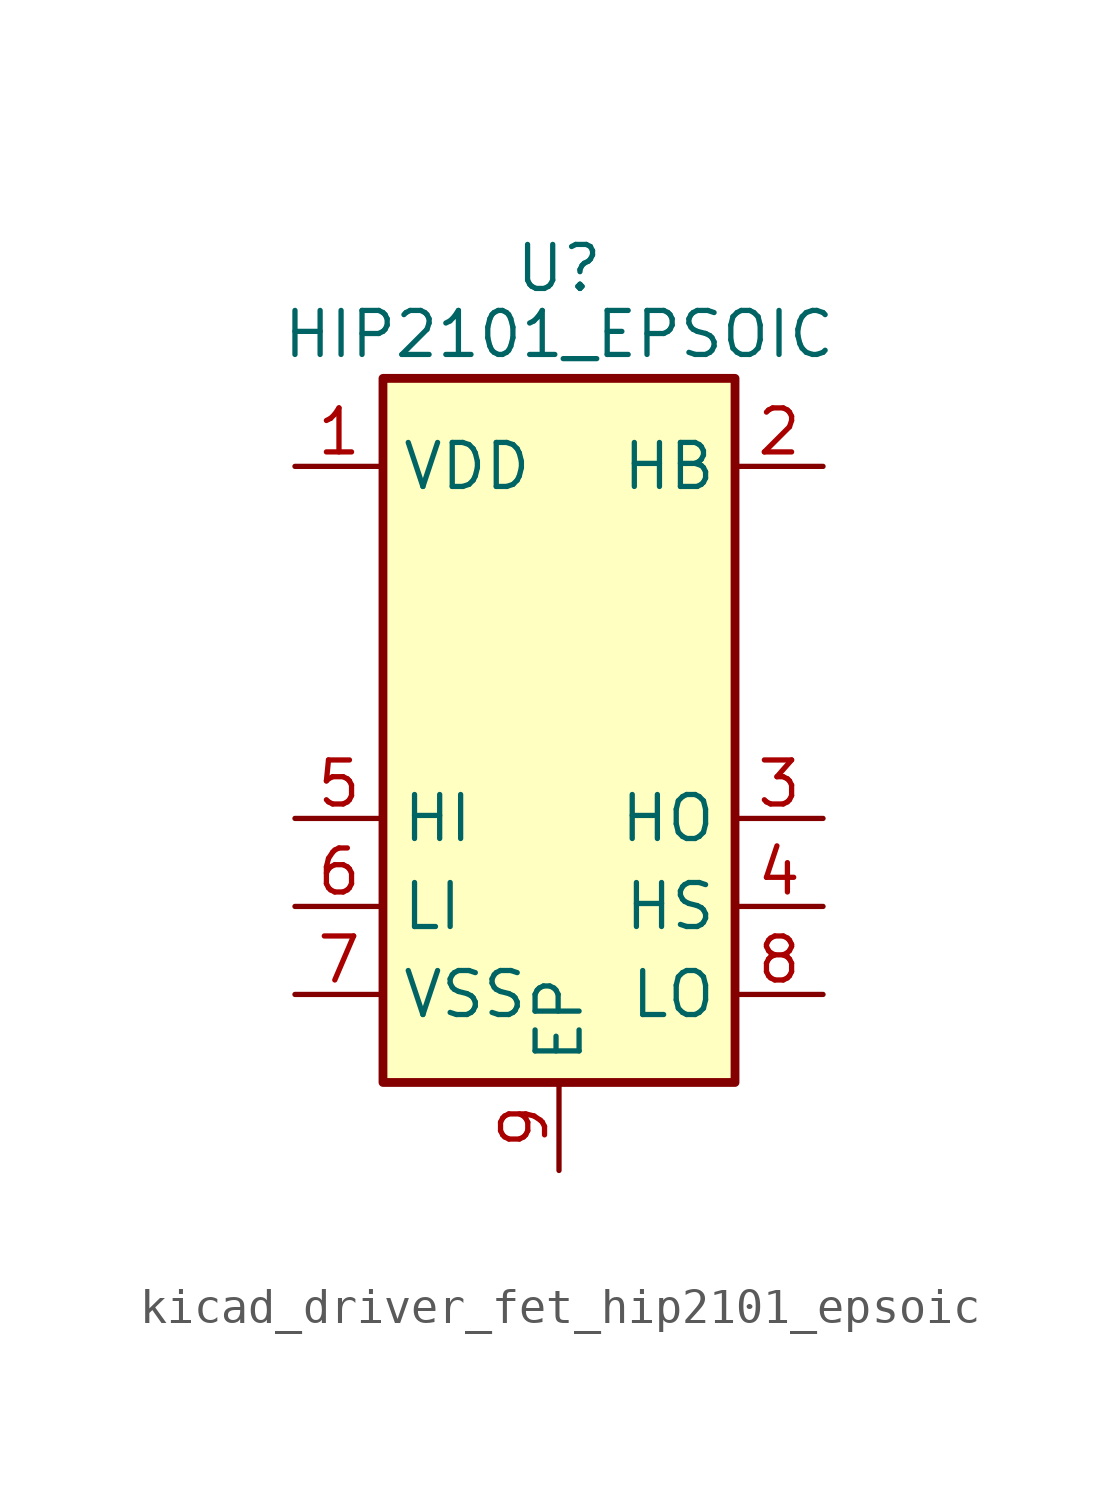
<source format=kicad_sym>
(kicad_symbol_lib
  (version 20220914)
  (generator kicad_symbol_editor)
  (symbol "kicad_driver_fet_hip2101_epsoic"
    (property "Reference" "U"
      (at 0 13.335 0)
      (effects (font (size 1.27 1.27))))
    (property "Value" "HIP2101_EPSOIC"
      (at 0 11.43 0)
      (effects (font (size 1.27 1.27))))
    (symbol "kicad_driver_fet_hip2101_epsoic_0_1"
      (rectangle (start -5.08 -10.16) (end 5.08 10.16) (stroke (width 0.254) (type default)) (fill (type background))))
    (symbol "kicad_driver_fet_hip2101_epsoic_1_1"
      (pin power_in line (at -7.62 7.62 0) (length 2.54) (name "VDD" (effects (font (size 1.27 1.27)))) (number "1" (effects (font (size 1.27 1.27)))))
      (pin passive line (at 7.62 7.62 180) (length 2.54) (name "HB" (effects (font (size 1.27 1.27)))) (number "2" (effects (font (size 1.27 1.27)))))
      (pin output line (at 7.62 -2.54 180) (length 2.54) (name "HO" (effects (font (size 1.27 1.27)))) (number "3" (effects (font (size 1.27 1.27)))))
      (pin passive line (at 7.62 -5.08 180) (length 2.54) (name "HS" (effects (font (size 1.27 1.27)))) (number "4" (effects (font (size 1.27 1.27)))))
      (pin input line (at -7.62 -2.54 0) (length 2.54) (name "HI" (effects (font (size 1.27 1.27)))) (number "5" (effects (font (size 1.27 1.27)))))
      (pin input line (at -7.62 -5.08 0) (length 2.54) (name "LI" (effects (font (size 1.27 1.27)))) (number "6" (effects (font (size 1.27 1.27)))))
      (pin power_in line (at -7.62 -7.62 0) (length 2.54) (name "VSS" (effects (font (size 1.27 1.27)))) (number "7" (effects (font (size 1.27 1.27)))))
      (pin output line (at 7.62 -7.62 180) (length 2.54) (name "LO" (effects (font (size 1.27 1.27)))) (number "8" (effects (font (size 1.27 1.27)))))
      (pin output line (at 0 -12.7 90) (length 2.54) (name "EP" (effects (font (size 1.27 1.27)))) (number "9" (effects (font (size 1.27 1.27))))))))
</source>
